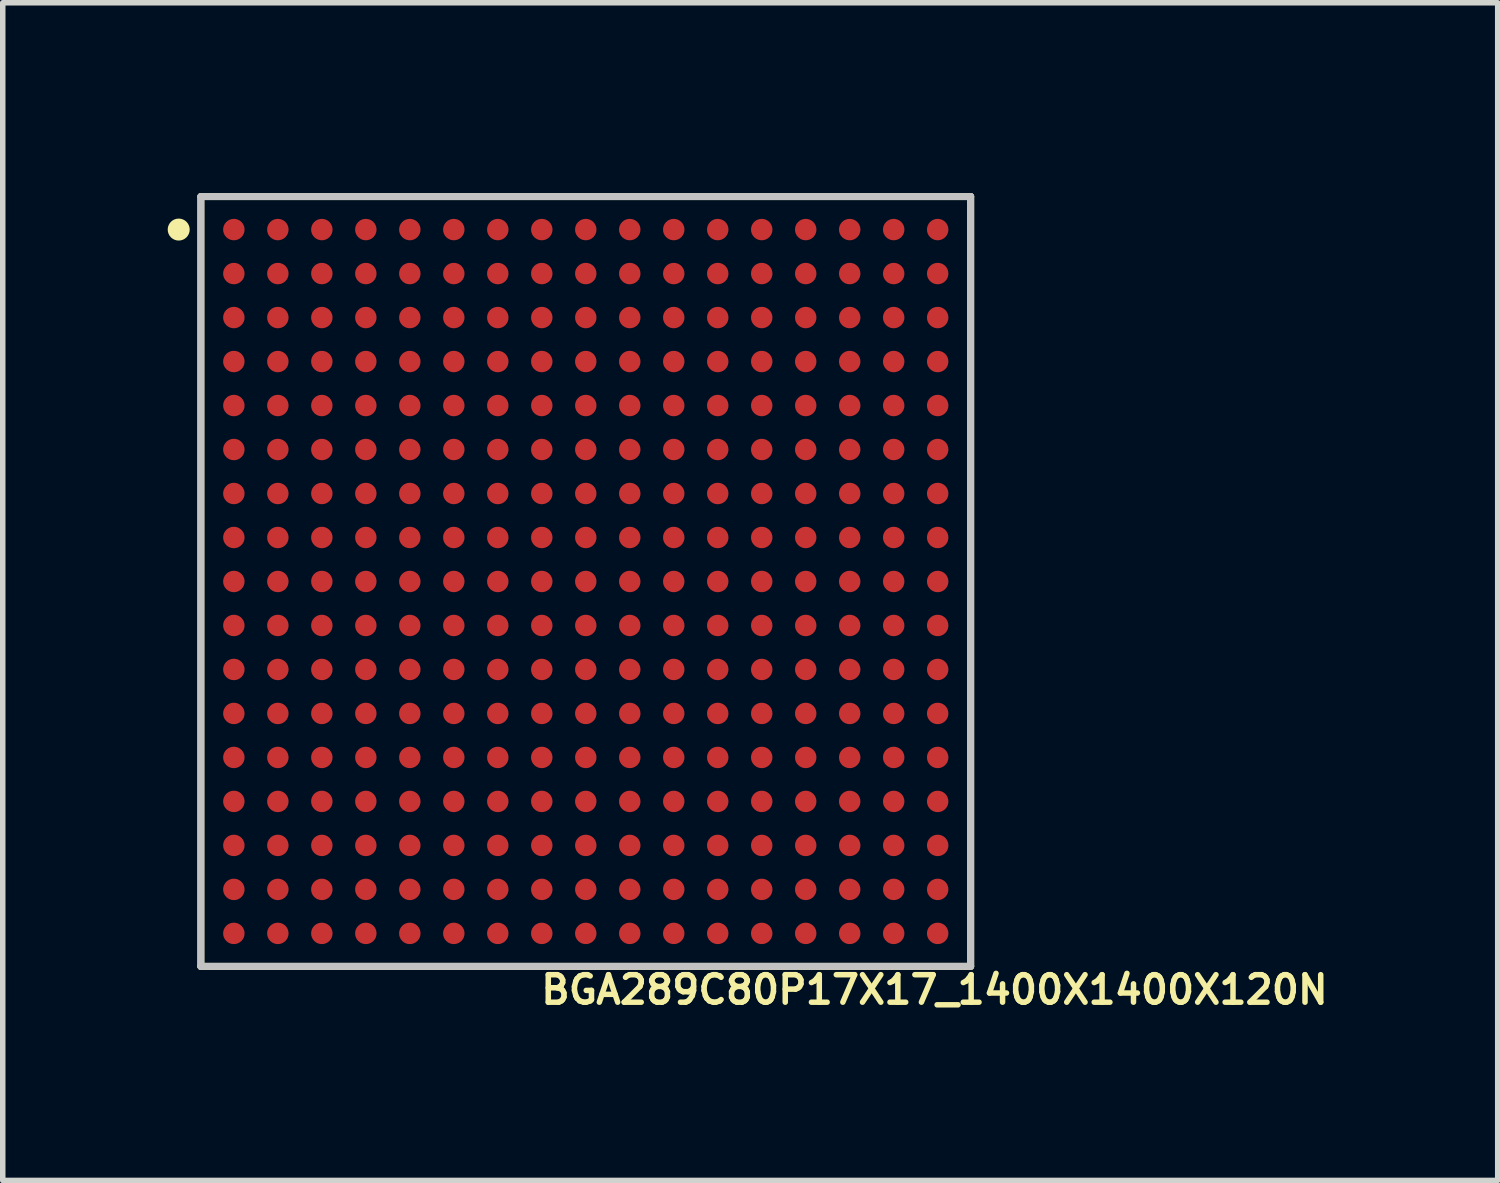
<source format=kicad_pcb>
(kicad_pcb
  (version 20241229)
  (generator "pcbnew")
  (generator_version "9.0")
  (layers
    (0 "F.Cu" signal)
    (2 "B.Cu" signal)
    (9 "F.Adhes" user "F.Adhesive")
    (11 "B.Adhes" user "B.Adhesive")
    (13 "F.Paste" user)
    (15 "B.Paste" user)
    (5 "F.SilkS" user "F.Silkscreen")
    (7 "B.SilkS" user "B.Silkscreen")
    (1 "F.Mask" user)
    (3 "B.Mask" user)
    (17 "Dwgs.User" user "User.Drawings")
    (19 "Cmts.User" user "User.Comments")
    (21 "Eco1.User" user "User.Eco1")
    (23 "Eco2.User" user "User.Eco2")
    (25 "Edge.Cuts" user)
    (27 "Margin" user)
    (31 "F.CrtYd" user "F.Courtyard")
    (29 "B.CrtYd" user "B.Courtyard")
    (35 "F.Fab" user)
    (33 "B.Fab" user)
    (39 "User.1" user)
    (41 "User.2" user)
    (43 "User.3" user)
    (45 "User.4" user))
  (footprint "BGA289C80P17X17_1400X1400X120N"
    (layer "F.Cu")
    (at 7.603 7.525)
    (property "Reference" "BGA289C80P17X17_1400X1400X120N" (at 6.342 7.425 0) (layer "F.SilkS") (effects (font (size 0.5 0.5) (thickness 0.1))))
    (attr smd)
    (fp_line (start -7 -7) (end -7 7) (stroke (width 0.127) (type solid)) (layer "F.SilkS"))
    (fp_line (start -7 7) (end 7 7) (stroke (width 0.127) (type solid)) (layer "F.SilkS"))
    (fp_line (start 7 -7) (end -7 -7) (stroke (width 0.127) (type solid)) (layer "F.SilkS"))
    (fp_line (start 7 7) (end 7 -7) (stroke (width 0.127) (type solid)) (layer "F.SilkS"))
    (fp_circle (center -7.403 -6.4) (end -7.303 -6.4) (stroke (width 0.2) (type solid)) (fill no) (layer "F.SilkS"))
    (fp_line (start -7 -7) (end 7 -7) (stroke (width 0.127) (type solid)) (layer "Dwgs.User"))
    (fp_line (start -7 7) (end -7 -7) (stroke (width 0.127) (type solid)) (layer "Dwgs.User"))
    (fp_line (start 7 -7) (end 7 7) (stroke (width 0.127) (type solid)) (layer "Dwgs.User"))
    (fp_line (start 7 7) (end -7 7) (stroke (width 0.127) (type solid)) (layer "Dwgs.User"))
    (fp_line (start -7.5 -7.5) (end 7.5 -7.5) (stroke (width 0.05) (type solid)) (layer "Eco1.User"))
    (fp_line (start -7.5 7.5) (end -7.5 -7.5) (stroke (width 0.05) (type solid)) (layer "Eco1.User"))
    (fp_line (start 7.5 -7.5) (end 7.5 7.5) (stroke (width 0.05) (type solid)) (layer "Eco1.User"))
    (fp_line (start 7.5 7.5) (end -7.5 7.5) (stroke (width 0.05) (type solid)) (layer "Eco1.User"))
    (pad "A1" smd circle (at -6.4 -6.4) (size 0.39 0.39) (layers "F.Cu" "F.Mask" "F.Paste"))
    (pad "A2" smd circle (at -5.6 -6.4) (size 0.39 0.39) (layers "F.Cu" "F.Mask" "F.Paste"))
    (pad "A3" smd circle (at -4.8 -6.4) (size 0.39 0.39) (layers "F.Cu" "F.Mask" "F.Paste"))
    (pad "A4" smd circle (at -4 -6.4) (size 0.39 0.39) (layers "F.Cu" "F.Mask" "F.Paste"))
    (pad "A5" smd circle (at -3.2 -6.4) (size 0.39 0.39) (layers "F.Cu" "F.Mask" "F.Paste"))
    (pad "A6" smd circle (at -2.4 -6.4) (size 0.39 0.39) (layers "F.Cu" "F.Mask" "F.Paste"))
    (pad "A7" smd circle (at -1.6 -6.4) (size 0.39 0.39) (layers "F.Cu" "F.Mask" "F.Paste"))
    (pad "A8" smd circle (at -0.8 -6.4) (size 0.39 0.39) (layers "F.Cu" "F.Mask" "F.Paste"))
    (pad "A9" smd circle (at 0 -6.4) (size 0.39 0.39) (layers "F.Cu" "F.Mask" "F.Paste"))
    (pad "A10" smd circle (at 0.8 -6.4) (size 0.39 0.39) (layers "F.Cu" "F.Mask" "F.Paste"))
    (pad "A11" smd circle (at 1.6 -6.4) (size 0.39 0.39) (layers "F.Cu" "F.Mask" "F.Paste"))
    (pad "A12" smd circle (at 2.4 -6.4) (size 0.39 0.39) (layers "F.Cu" "F.Mask" "F.Paste"))
    (pad "A13" smd circle (at 3.2 -6.4) (size 0.39 0.39) (layers "F.Cu" "F.Mask" "F.Paste"))
    (pad "A14" smd circle (at 4 -6.4) (size 0.39 0.39) (layers "F.Cu" "F.Mask" "F.Paste"))
    (pad "A15" smd circle (at 4.8 -6.4) (size 0.39 0.39) (layers "F.Cu" "F.Mask" "F.Paste"))
    (pad "A16" smd circle (at 5.6 -6.4) (size 0.39 0.39) (layers "F.Cu" "F.Mask" "F.Paste"))
    (pad "A17" smd circle (at 6.4 -6.4) (size 0.39 0.39) (layers "F.Cu" "F.Mask" "F.Paste"))
    (pad "B1" smd circle (at -6.4 -5.6) (size 0.39 0.39) (layers "F.Cu" "F.Mask" "F.Paste"))
    (pad "B2" smd circle (at -5.6 -5.6) (size 0.39 0.39) (layers "F.Cu" "F.Mask" "F.Paste"))
    (pad "B3" smd circle (at -4.8 -5.6) (size 0.39 0.39) (layers "F.Cu" "F.Mask" "F.Paste"))
    (pad "B4" smd circle (at -4 -5.6) (size 0.39 0.39) (layers "F.Cu" "F.Mask" "F.Paste"))
    (pad "B5" smd circle (at -3.2 -5.6) (size 0.39 0.39) (layers "F.Cu" "F.Mask" "F.Paste"))
    (pad "B6" smd circle (at -2.4 -5.6) (size 0.39 0.39) (layers "F.Cu" "F.Mask" "F.Paste"))
    (pad "B7" smd circle (at -1.6 -5.6) (size 0.39 0.39) (layers "F.Cu" "F.Mask" "F.Paste"))
    (pad "B8" smd circle (at -0.8 -5.6) (size 0.39 0.39) (layers "F.Cu" "F.Mask" "F.Paste"))
    (pad "B9" smd circle (at 0 -5.6) (size 0.39 0.39) (layers "F.Cu" "F.Mask" "F.Paste"))
    (pad "B10" smd circle (at 0.8 -5.6) (size 0.39 0.39) (layers "F.Cu" "F.Mask" "F.Paste"))
    (pad "B11" smd circle (at 1.6 -5.6) (size 0.39 0.39) (layers "F.Cu" "F.Mask" "F.Paste"))
    (pad "B12" smd circle (at 2.4 -5.6) (size 0.39 0.39) (layers "F.Cu" "F.Mask" "F.Paste"))
    (pad "B13" smd circle (at 3.2 -5.6) (size 0.39 0.39) (layers "F.Cu" "F.Mask" "F.Paste"))
    (pad "B14" smd circle (at 4 -5.6) (size 0.39 0.39) (layers "F.Cu" "F.Mask" "F.Paste"))
    (pad "B15" smd circle (at 4.8 -5.6) (size 0.39 0.39) (layers "F.Cu" "F.Mask" "F.Paste"))
    (pad "B16" smd circle (at 5.6 -5.6) (size 0.39 0.39) (layers "F.Cu" "F.Mask" "F.Paste"))
    (pad "B17" smd circle (at 6.4 -5.6) (size 0.39 0.39) (layers "F.Cu" "F.Mask" "F.Paste"))
    (pad "C1" smd circle (at -6.4 -4.8) (size 0.39 0.39) (layers "F.Cu" "F.Mask" "F.Paste"))
    (pad "C2" smd circle (at -5.6 -4.8) (size 0.39 0.39) (layers "F.Cu" "F.Mask" "F.Paste"))
    (pad "C3" smd circle (at -4.8 -4.8) (size 0.39 0.39) (layers "F.Cu" "F.Mask" "F.Paste"))
    (pad "C4" smd circle (at -4 -4.8) (size 0.39 0.39) (layers "F.Cu" "F.Mask" "F.Paste"))
    (pad "C5" smd circle (at -3.2 -4.8) (size 0.39 0.39) (layers "F.Cu" "F.Mask" "F.Paste"))
    (pad "C6" smd circle (at -2.4 -4.8) (size 0.39 0.39) (layers "F.Cu" "F.Mask" "F.Paste"))
    (pad "C7" smd circle (at -1.6 -4.8) (size 0.39 0.39) (layers "F.Cu" "F.Mask" "F.Paste"))
    (pad "C8" smd circle (at -0.8 -4.8) (size 0.39 0.39) (layers "F.Cu" "F.Mask" "F.Paste"))
    (pad "C9" smd circle (at 0 -4.8) (size 0.39 0.39) (layers "F.Cu" "F.Mask" "F.Paste"))
    (pad "C10" smd circle (at 0.8 -4.8) (size 0.39 0.39) (layers "F.Cu" "F.Mask" "F.Paste"))
    (pad "C11" smd circle (at 1.6 -4.8) (size 0.39 0.39) (layers "F.Cu" "F.Mask" "F.Paste"))
    (pad "C12" smd circle (at 2.4 -4.8) (size 0.39 0.39) (layers "F.Cu" "F.Mask" "F.Paste"))
    (pad "C13" smd circle (at 3.2 -4.8) (size 0.39 0.39) (layers "F.Cu" "F.Mask" "F.Paste"))
    (pad "C14" smd circle (at 4 -4.8) (size 0.39 0.39) (layers "F.Cu" "F.Mask" "F.Paste"))
    (pad "C15" smd circle (at 4.8 -4.8) (size 0.39 0.39) (layers "F.Cu" "F.Mask" "F.Paste"))
    (pad "C16" smd circle (at 5.6 -4.8) (size 0.39 0.39) (layers "F.Cu" "F.Mask" "F.Paste"))
    (pad "C17" smd circle (at 6.4 -4.8) (size 0.39 0.39) (layers "F.Cu" "F.Mask" "F.Paste"))
    (pad "D1" smd circle (at -6.4 -4) (size 0.39 0.39) (layers "F.Cu" "F.Mask" "F.Paste"))
    (pad "D2" smd circle (at -5.6 -4) (size 0.39 0.39) (layers "F.Cu" "F.Mask" "F.Paste"))
    (pad "D3" smd circle (at -4.8 -4) (size 0.39 0.39) (layers "F.Cu" "F.Mask" "F.Paste"))
    (pad "D4" smd circle (at -4 -4) (size 0.39 0.39) (layers "F.Cu" "F.Mask" "F.Paste"))
    (pad "D5" smd circle (at -3.2 -4) (size 0.39 0.39) (layers "F.Cu" "F.Mask" "F.Paste"))
    (pad "D6" smd circle (at -2.4 -4) (size 0.39 0.39) (layers "F.Cu" "F.Mask" "F.Paste"))
    (pad "D7" smd circle (at -1.6 -4) (size 0.39 0.39) (layers "F.Cu" "F.Mask" "F.Paste"))
    (pad "D8" smd circle (at -0.8 -4) (size 0.39 0.39) (layers "F.Cu" "F.Mask" "F.Paste"))
    (pad "D9" smd circle (at 0 -4) (size 0.39 0.39) (layers "F.Cu" "F.Mask" "F.Paste"))
    (pad "D10" smd circle (at 0.8 -4) (size 0.39 0.39) (layers "F.Cu" "F.Mask" "F.Paste"))
    (pad "D11" smd circle (at 1.6 -4) (size 0.39 0.39) (layers "F.Cu" "F.Mask" "F.Paste"))
    (pad "D12" smd circle (at 2.4 -4) (size 0.39 0.39) (layers "F.Cu" "F.Mask" "F.Paste"))
    (pad "D13" smd circle (at 3.2 -4) (size 0.39 0.39) (layers "F.Cu" "F.Mask" "F.Paste"))
    (pad "D14" smd circle (at 4 -4) (size 0.39 0.39) (layers "F.Cu" "F.Mask" "F.Paste"))
    (pad "D15" smd circle (at 4.8 -4) (size 0.39 0.39) (layers "F.Cu" "F.Mask" "F.Paste"))
    (pad "D16" smd circle (at 5.6 -4) (size 0.39 0.39) (layers "F.Cu" "F.Mask" "F.Paste"))
    (pad "D17" smd circle (at 6.4 -4) (size 0.39 0.39) (layers "F.Cu" "F.Mask" "F.Paste"))
    (pad "E1" smd circle (at -6.4 -3.2) (size 0.39 0.39) (layers "F.Cu" "F.Mask" "F.Paste"))
    (pad "E2" smd circle (at -5.6 -3.2) (size 0.39 0.39) (layers "F.Cu" "F.Mask" "F.Paste"))
    (pad "E3" smd circle (at -4.8 -3.2) (size 0.39 0.39) (layers "F.Cu" "F.Mask" "F.Paste"))
    (pad "E4" smd circle (at -4 -3.2) (size 0.39 0.39) (layers "F.Cu" "F.Mask" "F.Paste"))
    (pad "E5" smd circle (at -3.2 -3.2) (size 0.39 0.39) (layers "F.Cu" "F.Mask" "F.Paste"))
    (pad "E6" smd circle (at -2.4 -3.2) (size 0.39 0.39) (layers "F.Cu" "F.Mask" "F.Paste"))
    (pad "E7" smd circle (at -1.6 -3.2) (size 0.39 0.39) (layers "F.Cu" "F.Mask" "F.Paste"))
    (pad "E8" smd circle (at -0.8 -3.2) (size 0.39 0.39) (layers "F.Cu" "F.Mask" "F.Paste"))
    (pad "E9" smd circle (at 0 -3.2) (size 0.39 0.39) (layers "F.Cu" "F.Mask" "F.Paste"))
    (pad "E10" smd circle (at 0.8 -3.2) (size 0.39 0.39) (layers "F.Cu" "F.Mask" "F.Paste"))
    (pad "E11" smd circle (at 1.6 -3.2) (size 0.39 0.39) (layers "F.Cu" "F.Mask" "F.Paste"))
    (pad "E12" smd circle (at 2.4 -3.2) (size 0.39 0.39) (layers "F.Cu" "F.Mask" "F.Paste"))
    (pad "E13" smd circle (at 3.2 -3.2) (size 0.39 0.39) (layers "F.Cu" "F.Mask" "F.Paste"))
    (pad "E14" smd circle (at 4 -3.2) (size 0.39 0.39) (layers "F.Cu" "F.Mask" "F.Paste"))
    (pad "E15" smd circle (at 4.8 -3.2) (size 0.39 0.39) (layers "F.Cu" "F.Mask" "F.Paste"))
    (pad "E16" smd circle (at 5.6 -3.2) (size 0.39 0.39) (layers "F.Cu" "F.Mask" "F.Paste"))
    (pad "E17" smd circle (at 6.4 -3.2) (size 0.39 0.39) (layers "F.Cu" "F.Mask" "F.Paste"))
    (pad "F1" smd circle (at -6.4 -2.4) (size 0.39 0.39) (layers "F.Cu" "F.Mask" "F.Paste"))
    (pad "F2" smd circle (at -5.6 -2.4) (size 0.39 0.39) (layers "F.Cu" "F.Mask" "F.Paste"))
    (pad "F3" smd circle (at -4.8 -2.4) (size 0.39 0.39) (layers "F.Cu" "F.Mask" "F.Paste"))
    (pad "F4" smd circle (at -4 -2.4) (size 0.39 0.39) (layers "F.Cu" "F.Mask" "F.Paste"))
    (pad "F5" smd circle (at -3.2 -2.4) (size 0.39 0.39) (layers "F.Cu" "F.Mask" "F.Paste"))
    (pad "F6" smd circle (at -2.4 -2.4) (size 0.39 0.39) (layers "F.Cu" "F.Mask" "F.Paste"))
    (pad "F7" smd circle (at -1.6 -2.4) (size 0.39 0.39) (layers "F.Cu" "F.Mask" "F.Paste"))
    (pad "F8" smd circle (at -0.8 -2.4) (size 0.39 0.39) (layers "F.Cu" "F.Mask" "F.Paste"))
    (pad "F9" smd circle (at 0 -2.4) (size 0.39 0.39) (layers "F.Cu" "F.Mask" "F.Paste"))
    (pad "F10" smd circle (at 0.8 -2.4) (size 0.39 0.39) (layers "F.Cu" "F.Mask" "F.Paste"))
    (pad "F11" smd circle (at 1.6 -2.4) (size 0.39 0.39) (layers "F.Cu" "F.Mask" "F.Paste"))
    (pad "F12" smd circle (at 2.4 -2.4) (size 0.39 0.39) (layers "F.Cu" "F.Mask" "F.Paste"))
    (pad "F13" smd circle (at 3.2 -2.4) (size 0.39 0.39) (layers "F.Cu" "F.Mask" "F.Paste"))
    (pad "F14" smd circle (at 4 -2.4) (size 0.39 0.39) (layers "F.Cu" "F.Mask" "F.Paste"))
    (pad "F15" smd circle (at 4.8 -2.4) (size 0.39 0.39) (layers "F.Cu" "F.Mask" "F.Paste"))
    (pad "F16" smd circle (at 5.6 -2.4) (size 0.39 0.39) (layers "F.Cu" "F.Mask" "F.Paste"))
    (pad "F17" smd circle (at 6.4 -2.4) (size 0.39 0.39) (layers "F.Cu" "F.Mask" "F.Paste"))
    (pad "G1" smd circle (at -6.4 -1.6) (size 0.39 0.39) (layers "F.Cu" "F.Mask" "F.Paste"))
    (pad "G2" smd circle (at -5.6 -1.6) (size 0.39 0.39) (layers "F.Cu" "F.Mask" "F.Paste"))
    (pad "G3" smd circle (at -4.8 -1.6) (size 0.39 0.39) (layers "F.Cu" "F.Mask" "F.Paste"))
    (pad "G4" smd circle (at -4 -1.6) (size 0.39 0.39) (layers "F.Cu" "F.Mask" "F.Paste"))
    (pad "G5" smd circle (at -3.2 -1.6) (size 0.39 0.39) (layers "F.Cu" "F.Mask" "F.Paste"))
    (pad "G6" smd circle (at -2.4 -1.6) (size 0.39 0.39) (layers "F.Cu" "F.Mask" "F.Paste"))
    (pad "G7" smd circle (at -1.6 -1.6) (size 0.39 0.39) (layers "F.Cu" "F.Mask" "F.Paste"))
    (pad "G8" smd circle (at -0.8 -1.6) (size 0.39 0.39) (layers "F.Cu" "F.Mask" "F.Paste"))
    (pad "G9" smd circle (at 0 -1.6) (size 0.39 0.39) (layers "F.Cu" "F.Mask" "F.Paste"))
    (pad "G10" smd circle (at 0.8 -1.6) (size 0.39 0.39) (layers "F.Cu" "F.Mask" "F.Paste"))
    (pad "G11" smd circle (at 1.6 -1.6) (size 0.39 0.39) (layers "F.Cu" "F.Mask" "F.Paste"))
    (pad "G12" smd circle (at 2.4 -1.6) (size 0.39 0.39) (layers "F.Cu" "F.Mask" "F.Paste"))
    (pad "G13" smd circle (at 3.2 -1.6) (size 0.39 0.39) (layers "F.Cu" "F.Mask" "F.Paste"))
    (pad "G14" smd circle (at 4 -1.6) (size 0.39 0.39) (layers "F.Cu" "F.Mask" "F.Paste"))
    (pad "G15" smd circle (at 4.8 -1.6) (size 0.39 0.39) (layers "F.Cu" "F.Mask" "F.Paste"))
    (pad "G16" smd circle (at 5.6 -1.6) (size 0.39 0.39) (layers "F.Cu" "F.Mask" "F.Paste"))
    (pad "G17" smd circle (at 6.4 -1.6) (size 0.39 0.39) (layers "F.Cu" "F.Mask" "F.Paste"))
    (pad "H1" smd circle (at -6.4 -0.8) (size 0.39 0.39) (layers "F.Cu" "F.Mask" "F.Paste"))
    (pad "H2" smd circle (at -5.6 -0.8) (size 0.39 0.39) (layers "F.Cu" "F.Mask" "F.Paste"))
    (pad "H3" smd circle (at -4.8 -0.8) (size 0.39 0.39) (layers "F.Cu" "F.Mask" "F.Paste"))
    (pad "H4" smd circle (at -4 -0.8) (size 0.39 0.39) (layers "F.Cu" "F.Mask" "F.Paste"))
    (pad "H5" smd circle (at -3.2 -0.8) (size 0.39 0.39) (layers "F.Cu" "F.Mask" "F.Paste"))
    (pad "H6" smd circle (at -2.4 -0.8) (size 0.39 0.39) (layers "F.Cu" "F.Mask" "F.Paste"))
    (pad "H7" smd circle (at -1.6 -0.8) (size 0.39 0.39) (layers "F.Cu" "F.Mask" "F.Paste"))
    (pad "H8" smd circle (at -0.8 -0.8) (size 0.39 0.39) (layers "F.Cu" "F.Mask" "F.Paste"))
    (pad "H9" smd circle (at 0 -0.8) (size 0.39 0.39) (layers "F.Cu" "F.Mask" "F.Paste"))
    (pad "H10" smd circle (at 0.8 -0.8) (size 0.39 0.39) (layers "F.Cu" "F.Mask" "F.Paste"))
    (pad "H11" smd circle (at 1.6 -0.8) (size 0.39 0.39) (layers "F.Cu" "F.Mask" "F.Paste"))
    (pad "H12" smd circle (at 2.4 -0.8) (size 0.39 0.39) (layers "F.Cu" "F.Mask" "F.Paste"))
    (pad "H13" smd circle (at 3.2 -0.8) (size 0.39 0.39) (layers "F.Cu" "F.Mask" "F.Paste"))
    (pad "H14" smd circle (at 4 -0.8) (size 0.39 0.39) (layers "F.Cu" "F.Mask" "F.Paste"))
    (pad "H15" smd circle (at 4.8 -0.8) (size 0.39 0.39) (layers "F.Cu" "F.Mask" "F.Paste"))
    (pad "H16" smd circle (at 5.6 -0.8) (size 0.39 0.39) (layers "F.Cu" "F.Mask" "F.Paste"))
    (pad "H17" smd circle (at 6.4 -0.8) (size 0.39 0.39) (layers "F.Cu" "F.Mask" "F.Paste"))
    (pad "J1" smd circle (at -6.4 0) (size 0.39 0.39) (layers "F.Cu" "F.Mask" "F.Paste"))
    (pad "J2" smd circle (at -5.6 0) (size 0.39 0.39) (layers "F.Cu" "F.Mask" "F.Paste"))
    (pad "J3" smd circle (at -4.8 0) (size 0.39 0.39) (layers "F.Cu" "F.Mask" "F.Paste"))
    (pad "J4" smd circle (at -4 0) (size 0.39 0.39) (layers "F.Cu" "F.Mask" "F.Paste"))
    (pad "J5" smd circle (at -3.2 0) (size 0.39 0.39) (layers "F.Cu" "F.Mask" "F.Paste"))
    (pad "J6" smd circle (at -2.4 0) (size 0.39 0.39) (layers "F.Cu" "F.Mask" "F.Paste"))
    (pad "J7" smd circle (at -1.6 0) (size 0.39 0.39) (layers "F.Cu" "F.Mask" "F.Paste"))
    (pad "J8" smd circle (at -0.8 0) (size 0.39 0.39) (layers "F.Cu" "F.Mask" "F.Paste"))
    (pad "J9" smd circle (at 0 0) (size 0.39 0.39) (layers "F.Cu" "F.Mask" "F.Paste"))
    (pad "J10" smd circle (at 0.8 0) (size 0.39 0.39) (layers "F.Cu" "F.Mask" "F.Paste"))
    (pad "J11" smd circle (at 1.6 0) (size 0.39 0.39) (layers "F.Cu" "F.Mask" "F.Paste"))
    (pad "J12" smd circle (at 2.4 0) (size 0.39 0.39) (layers "F.Cu" "F.Mask" "F.Paste"))
    (pad "J13" smd circle (at 3.2 0) (size 0.39 0.39) (layers "F.Cu" "F.Mask" "F.Paste"))
    (pad "J14" smd circle (at 4 0) (size 0.39 0.39) (layers "F.Cu" "F.Mask" "F.Paste"))
    (pad "J15" smd circle (at 4.8 0) (size 0.39 0.39) (layers "F.Cu" "F.Mask" "F.Paste"))
    (pad "J16" smd circle (at 5.6 0) (size 0.39 0.39) (layers "F.Cu" "F.Mask" "F.Paste"))
    (pad "J17" smd circle (at 6.4 0) (size 0.39 0.39) (layers "F.Cu" "F.Mask" "F.Paste"))
    (pad "K1" smd circle (at -6.4 0.8) (size 0.39 0.39) (layers "F.Cu" "F.Mask" "F.Paste"))
    (pad "K2" smd circle (at -5.6 0.8) (size 0.39 0.39) (layers "F.Cu" "F.Mask" "F.Paste"))
    (pad "K3" smd circle (at -4.8 0.8) (size 0.39 0.39) (layers "F.Cu" "F.Mask" "F.Paste"))
    (pad "K4" smd circle (at -4 0.8) (size 0.39 0.39) (layers "F.Cu" "F.Mask" "F.Paste"))
    (pad "K5" smd circle (at -3.2 0.8) (size 0.39 0.39) (layers "F.Cu" "F.Mask" "F.Paste"))
    (pad "K6" smd circle (at -2.4 0.8) (size 0.39 0.39) (layers "F.Cu" "F.Mask" "F.Paste"))
    (pad "K7" smd circle (at -1.6 0.8) (size 0.39 0.39) (layers "F.Cu" "F.Mask" "F.Paste"))
    (pad "K8" smd circle (at -0.8 0.8) (size 0.39 0.39) (layers "F.Cu" "F.Mask" "F.Paste"))
    (pad "K9" smd circle (at 0 0.8) (size 0.39 0.39) (layers "F.Cu" "F.Mask" "F.Paste"))
    (pad "K10" smd circle (at 0.8 0.8) (size 0.39 0.39) (layers "F.Cu" "F.Mask" "F.Paste"))
    (pad "K11" smd circle (at 1.6 0.8) (size 0.39 0.39) (layers "F.Cu" "F.Mask" "F.Paste"))
    (pad "K12" smd circle (at 2.4 0.8) (size 0.39 0.39) (layers "F.Cu" "F.Mask" "F.Paste"))
    (pad "K13" smd circle (at 3.2 0.8) (size 0.39 0.39) (layers "F.Cu" "F.Mask" "F.Paste"))
    (pad "K14" smd circle (at 4 0.8) (size 0.39 0.39) (layers "F.Cu" "F.Mask" "F.Paste"))
    (pad "K15" smd circle (at 4.8 0.8) (size 0.39 0.39) (layers "F.Cu" "F.Mask" "F.Paste"))
    (pad "K16" smd circle (at 5.6 0.8) (size 0.39 0.39) (layers "F.Cu" "F.Mask" "F.Paste"))
    (pad "K17" smd circle (at 6.4 0.8) (size 0.39 0.39) (layers "F.Cu" "F.Mask" "F.Paste"))
    (pad "L1" smd circle (at -6.4 1.6) (size 0.39 0.39) (layers "F.Cu" "F.Mask" "F.Paste"))
    (pad "L2" smd circle (at -5.6 1.6) (size 0.39 0.39) (layers "F.Cu" "F.Mask" "F.Paste"))
    (pad "L3" smd circle (at -4.8 1.6) (size 0.39 0.39) (layers "F.Cu" "F.Mask" "F.Paste"))
    (pad "L4" smd circle (at -4 1.6) (size 0.39 0.39) (layers "F.Cu" "F.Mask" "F.Paste"))
    (pad "L5" smd circle (at -3.2 1.6) (size 0.39 0.39) (layers "F.Cu" "F.Mask" "F.Paste"))
    (pad "L6" smd circle (at -2.4 1.6) (size 0.39 0.39) (layers "F.Cu" "F.Mask" "F.Paste"))
    (pad "L7" smd circle (at -1.6 1.6) (size 0.39 0.39) (layers "F.Cu" "F.Mask" "F.Paste"))
    (pad "L8" smd circle (at -0.8 1.6) (size 0.39 0.39) (layers "F.Cu" "F.Mask" "F.Paste"))
    (pad "L9" smd circle (at 0 1.6) (size 0.39 0.39) (layers "F.Cu" "F.Mask" "F.Paste"))
    (pad "L10" smd circle (at 0.8 1.6) (size 0.39 0.39) (layers "F.Cu" "F.Mask" "F.Paste"))
    (pad "L11" smd circle (at 1.6 1.6) (size 0.39 0.39) (layers "F.Cu" "F.Mask" "F.Paste"))
    (pad "L12" smd circle (at 2.4 1.6) (size 0.39 0.39) (layers "F.Cu" "F.Mask" "F.Paste"))
    (pad "L13" smd circle (at 3.2 1.6) (size 0.39 0.39) (layers "F.Cu" "F.Mask" "F.Paste"))
    (pad "L14" smd circle (at 4 1.6) (size 0.39 0.39) (layers "F.Cu" "F.Mask" "F.Paste"))
    (pad "L15" smd circle (at 4.8 1.6) (size 0.39 0.39) (layers "F.Cu" "F.Mask" "F.Paste"))
    (pad "L16" smd circle (at 5.6 1.6) (size 0.39 0.39) (layers "F.Cu" "F.Mask" "F.Paste"))
    (pad "L17" smd circle (at 6.4 1.6) (size 0.39 0.39) (layers "F.Cu" "F.Mask" "F.Paste"))
    (pad "M1" smd circle (at -6.4 2.4) (size 0.39 0.39) (layers "F.Cu" "F.Mask" "F.Paste"))
    (pad "M2" smd circle (at -5.6 2.4) (size 0.39 0.39) (layers "F.Cu" "F.Mask" "F.Paste"))
    (pad "M3" smd circle (at -4.8 2.4) (size 0.39 0.39) (layers "F.Cu" "F.Mask" "F.Paste"))
    (pad "M4" smd circle (at -4 2.4) (size 0.39 0.39) (layers "F.Cu" "F.Mask" "F.Paste"))
    (pad "M5" smd circle (at -3.2 2.4) (size 0.39 0.39) (layers "F.Cu" "F.Mask" "F.Paste"))
    (pad "M6" smd circle (at -2.4 2.4) (size 0.39 0.39) (layers "F.Cu" "F.Mask" "F.Paste"))
    (pad "M7" smd circle (at -1.6 2.4) (size 0.39 0.39) (layers "F.Cu" "F.Mask" "F.Paste"))
    (pad "M8" smd circle (at -0.8 2.4) (size 0.39 0.39) (layers "F.Cu" "F.Mask" "F.Paste"))
    (pad "M9" smd circle (at 0 2.4) (size 0.39 0.39) (layers "F.Cu" "F.Mask" "F.Paste"))
    (pad "M10" smd circle (at 0.8 2.4) (size 0.39 0.39) (layers "F.Cu" "F.Mask" "F.Paste"))
    (pad "M11" smd circle (at 1.6 2.4) (size 0.39 0.39) (layers "F.Cu" "F.Mask" "F.Paste"))
    (pad "M12" smd circle (at 2.4 2.4) (size 0.39 0.39) (layers "F.Cu" "F.Mask" "F.Paste"))
    (pad "M13" smd circle (at 3.2 2.4) (size 0.39 0.39) (layers "F.Cu" "F.Mask" "F.Paste"))
    (pad "M14" smd circle (at 4 2.4) (size 0.39 0.39) (layers "F.Cu" "F.Mask" "F.Paste"))
    (pad "M15" smd circle (at 4.8 2.4) (size 0.39 0.39) (layers "F.Cu" "F.Mask" "F.Paste"))
    (pad "M16" smd circle (at 5.6 2.4) (size 0.39 0.39) (layers "F.Cu" "F.Mask" "F.Paste"))
    (pad "M17" smd circle (at 6.4 2.4) (size 0.39 0.39) (layers "F.Cu" "F.Mask" "F.Paste"))
    (pad "N1" smd circle (at -6.4 3.2) (size 0.39 0.39) (layers "F.Cu" "F.Mask" "F.Paste"))
    (pad "N2" smd circle (at -5.6 3.2) (size 0.39 0.39) (layers "F.Cu" "F.Mask" "F.Paste"))
    (pad "N3" smd circle (at -4.8 3.2) (size 0.39 0.39) (layers "F.Cu" "F.Mask" "F.Paste"))
    (pad "N4" smd circle (at -4 3.2) (size 0.39 0.39) (layers "F.Cu" "F.Mask" "F.Paste"))
    (pad "N5" smd circle (at -3.2 3.2) (size 0.39 0.39) (layers "F.Cu" "F.Mask" "F.Paste"))
    (pad "N6" smd circle (at -2.4 3.2) (size 0.39 0.39) (layers "F.Cu" "F.Mask" "F.Paste"))
    (pad "N7" smd circle (at -1.6 3.2) (size 0.39 0.39) (layers "F.Cu" "F.Mask" "F.Paste"))
    (pad "N8" smd circle (at -0.8 3.2) (size 0.39 0.39) (layers "F.Cu" "F.Mask" "F.Paste"))
    (pad "N9" smd circle (at 0 3.2) (size 0.39 0.39) (layers "F.Cu" "F.Mask" "F.Paste"))
    (pad "N10" smd circle (at 0.8 3.2) (size 0.39 0.39) (layers "F.Cu" "F.Mask" "F.Paste"))
    (pad "N11" smd circle (at 1.6 3.2) (size 0.39 0.39) (layers "F.Cu" "F.Mask" "F.Paste"))
    (pad "N12" smd circle (at 2.4 3.2) (size 0.39 0.39) (layers "F.Cu" "F.Mask" "F.Paste"))
    (pad "N13" smd circle (at 3.2 3.2) (size 0.39 0.39) (layers "F.Cu" "F.Mask" "F.Paste"))
    (pad "N14" smd circle (at 4 3.2) (size 0.39 0.39) (layers "F.Cu" "F.Mask" "F.Paste"))
    (pad "N15" smd circle (at 4.8 3.2) (size 0.39 0.39) (layers "F.Cu" "F.Mask" "F.Paste"))
    (pad "N16" smd circle (at 5.6 3.2) (size 0.39 0.39) (layers "F.Cu" "F.Mask" "F.Paste"))
    (pad "N17" smd circle (at 6.4 3.2) (size 0.39 0.39) (layers "F.Cu" "F.Mask" "F.Paste"))
    (pad "P1" smd circle (at -6.4 4) (size 0.39 0.39) (layers "F.Cu" "F.Mask" "F.Paste"))
    (pad "P2" smd circle (at -5.6 4) (size 0.39 0.39) (layers "F.Cu" "F.Mask" "F.Paste"))
    (pad "P3" smd circle (at -4.8 4) (size 0.39 0.39) (layers "F.Cu" "F.Mask" "F.Paste"))
    (pad "P4" smd circle (at -4 4) (size 0.39 0.39) (layers "F.Cu" "F.Mask" "F.Paste"))
    (pad "P5" smd circle (at -3.2 4) (size 0.39 0.39) (layers "F.Cu" "F.Mask" "F.Paste"))
    (pad "P6" smd circle (at -2.4 4) (size 0.39 0.39) (layers "F.Cu" "F.Mask" "F.Paste"))
    (pad "P7" smd circle (at -1.6 4) (size 0.39 0.39) (layers "F.Cu" "F.Mask" "F.Paste"))
    (pad "P8" smd circle (at -0.8 4) (size 0.39 0.39) (layers "F.Cu" "F.Mask" "F.Paste"))
    (pad "P9" smd circle (at 0 4) (size 0.39 0.39) (layers "F.Cu" "F.Mask" "F.Paste"))
    (pad "P10" smd circle (at 0.8 4) (size 0.39 0.39) (layers "F.Cu" "F.Mask" "F.Paste"))
    (pad "P11" smd circle (at 1.6 4) (size 0.39 0.39) (layers "F.Cu" "F.Mask" "F.Paste"))
    (pad "P12" smd circle (at 2.4 4) (size 0.39 0.39) (layers "F.Cu" "F.Mask" "F.Paste"))
    (pad "P13" smd circle (at 3.2 4) (size 0.39 0.39) (layers "F.Cu" "F.Mask" "F.Paste"))
    (pad "P14" smd circle (at 4 4) (size 0.39 0.39) (layers "F.Cu" "F.Mask" "F.Paste"))
    (pad "P15" smd circle (at 4.8 4) (size 0.39 0.39) (layers "F.Cu" "F.Mask" "F.Paste"))
    (pad "P16" smd circle (at 5.6 4) (size 0.39 0.39) (layers "F.Cu" "F.Mask" "F.Paste"))
    (pad "P17" smd circle (at 6.4 4) (size 0.39 0.39) (layers "F.Cu" "F.Mask" "F.Paste"))
    (pad "R1" smd circle (at -6.4 4.8) (size 0.39 0.39) (layers "F.Cu" "F.Mask" "F.Paste"))
    (pad "R2" smd circle (at -5.6 4.8) (size 0.39 0.39) (layers "F.Cu" "F.Mask" "F.Paste"))
    (pad "R3" smd circle (at -4.8 4.8) (size 0.39 0.39) (layers "F.Cu" "F.Mask" "F.Paste"))
    (pad "R4" smd circle (at -4 4.8) (size 0.39 0.39) (layers "F.Cu" "F.Mask" "F.Paste"))
    (pad "R5" smd circle (at -3.2 4.8) (size 0.39 0.39) (layers "F.Cu" "F.Mask" "F.Paste"))
    (pad "R6" smd circle (at -2.4 4.8) (size 0.39 0.39) (layers "F.Cu" "F.Mask" "F.Paste"))
    (pad "R7" smd circle (at -1.6 4.8) (size 0.39 0.39) (layers "F.Cu" "F.Mask" "F.Paste"))
    (pad "R8" smd circle (at -0.8 4.8) (size 0.39 0.39) (layers "F.Cu" "F.Mask" "F.Paste"))
    (pad "R9" smd circle (at 0 4.8) (size 0.39 0.39) (layers "F.Cu" "F.Mask" "F.Paste"))
    (pad "R10" smd circle (at 0.8 4.8) (size 0.39 0.39) (layers "F.Cu" "F.Mask" "F.Paste"))
    (pad "R11" smd circle (at 1.6 4.8) (size 0.39 0.39) (layers "F.Cu" "F.Mask" "F.Paste"))
    (pad "R12" smd circle (at 2.4 4.8) (size 0.39 0.39) (layers "F.Cu" "F.Mask" "F.Paste"))
    (pad "R13" smd circle (at 3.2 4.8) (size 0.39 0.39) (layers "F.Cu" "F.Mask" "F.Paste"))
    (pad "R14" smd circle (at 4 4.8) (size 0.39 0.39) (layers "F.Cu" "F.Mask" "F.Paste"))
    (pad "R15" smd circle (at 4.8 4.8) (size 0.39 0.39) (layers "F.Cu" "F.Mask" "F.Paste"))
    (pad "R16" smd circle (at 5.6 4.8) (size 0.39 0.39) (layers "F.Cu" "F.Mask" "F.Paste"))
    (pad "R17" smd circle (at 6.4 4.8) (size 0.39 0.39) (layers "F.Cu" "F.Mask" "F.Paste"))
    (pad "T1" smd circle (at -6.4 5.6) (size 0.39 0.39) (layers "F.Cu" "F.Mask" "F.Paste"))
    (pad "T2" smd circle (at -5.6 5.6) (size 0.39 0.39) (layers "F.Cu" "F.Mask" "F.Paste"))
    (pad "T3" smd circle (at -4.8 5.6) (size 0.39 0.39) (layers "F.Cu" "F.Mask" "F.Paste"))
    (pad "T4" smd circle (at -4 5.6) (size 0.39 0.39) (layers "F.Cu" "F.Mask" "F.Paste"))
    (pad "T5" smd circle (at -3.2 5.6) (size 0.39 0.39) (layers "F.Cu" "F.Mask" "F.Paste"))
    (pad "T6" smd circle (at -2.4 5.6) (size 0.39 0.39) (layers "F.Cu" "F.Mask" "F.Paste"))
    (pad "T7" smd circle (at -1.6 5.6) (size 0.39 0.39) (layers "F.Cu" "F.Mask" "F.Paste"))
    (pad "T8" smd circle (at -0.8 5.6) (size 0.39 0.39) (layers "F.Cu" "F.Mask" "F.Paste"))
    (pad "T9" smd circle (at 0 5.6) (size 0.39 0.39) (layers "F.Cu" "F.Mask" "F.Paste"))
    (pad "T10" smd circle (at 0.8 5.6) (size 0.39 0.39) (layers "F.Cu" "F.Mask" "F.Paste"))
    (pad "T11" smd circle (at 1.6 5.6) (size 0.39 0.39) (layers "F.Cu" "F.Mask" "F.Paste"))
    (pad "T12" smd circle (at 2.4 5.6) (size 0.39 0.39) (layers "F.Cu" "F.Mask" "F.Paste"))
    (pad "T13" smd circle (at 3.2 5.6) (size 0.39 0.39) (layers "F.Cu" "F.Mask" "F.Paste"))
    (pad "T14" smd circle (at 4 5.6) (size 0.39 0.39) (layers "F.Cu" "F.Mask" "F.Paste"))
    (pad "T15" smd circle (at 4.8 5.6) (size 0.39 0.39) (layers "F.Cu" "F.Mask" "F.Paste"))
    (pad "T16" smd circle (at 5.6 5.6) (size 0.39 0.39) (layers "F.Cu" "F.Mask" "F.Paste"))
    (pad "T17" smd circle (at 6.4 5.6) (size 0.39 0.39) (layers "F.Cu" "F.Mask" "F.Paste"))
    (pad "U1" smd circle (at -6.4 6.4) (size 0.39 0.39) (layers "F.Cu" "F.Mask" "F.Paste"))
    (pad "U2" smd circle (at -5.6 6.4) (size 0.39 0.39) (layers "F.Cu" "F.Mask" "F.Paste"))
    (pad "U3" smd circle (at -4.8 6.4) (size 0.39 0.39) (layers "F.Cu" "F.Mask" "F.Paste"))
    (pad "U4" smd circle (at -4 6.4) (size 0.39 0.39) (layers "F.Cu" "F.Mask" "F.Paste"))
    (pad "U5" smd circle (at -3.2 6.4) (size 0.39 0.39) (layers "F.Cu" "F.Mask" "F.Paste"))
    (pad "U6" smd circle (at -2.4 6.4) (size 0.39 0.39) (layers "F.Cu" "F.Mask" "F.Paste"))
    (pad "U7" smd circle (at -1.6 6.4) (size 0.39 0.39) (layers "F.Cu" "F.Mask" "F.Paste"))
    (pad "U8" smd circle (at -0.8 6.4) (size 0.39 0.39) (layers "F.Cu" "F.Mask" "F.Paste"))
    (pad "U9" smd circle (at 0 6.4) (size 0.39 0.39) (layers "F.Cu" "F.Mask" "F.Paste"))
    (pad "U10" smd circle (at 0.8 6.4) (size 0.39 0.39) (layers "F.Cu" "F.Mask" "F.Paste"))
    (pad "U11" smd circle (at 1.6 6.4) (size 0.39 0.39) (layers "F.Cu" "F.Mask" "F.Paste"))
    (pad "U12" smd circle (at 2.4 6.4) (size 0.39 0.39) (layers "F.Cu" "F.Mask" "F.Paste"))
    (pad "U13" smd circle (at 3.2 6.4) (size 0.39 0.39) (layers "F.Cu" "F.Mask" "F.Paste"))
    (pad "U14" smd circle (at 4 6.4) (size 0.39 0.39) (layers "F.Cu" "F.Mask" "F.Paste"))
    (pad "U15" smd circle (at 4.8 6.4) (size 0.39 0.39) (layers "F.Cu" "F.Mask" "F.Paste"))
    (pad "U16" smd circle (at 5.6 6.4) (size 0.39 0.39) (layers "F.Cu" "F.Mask" "F.Paste"))
    (pad "U17" smd circle (at 6.4 6.4) (size 0.39 0.39) (layers "F.Cu" "F.Mask" "F.Paste")))
  (gr_rect
    (start -3 -3)
    (end 24.188 18.418)
    (stroke (width 0.1) (type default))
    (fill no)
    (layer "Edge.Cuts")))
</source>
